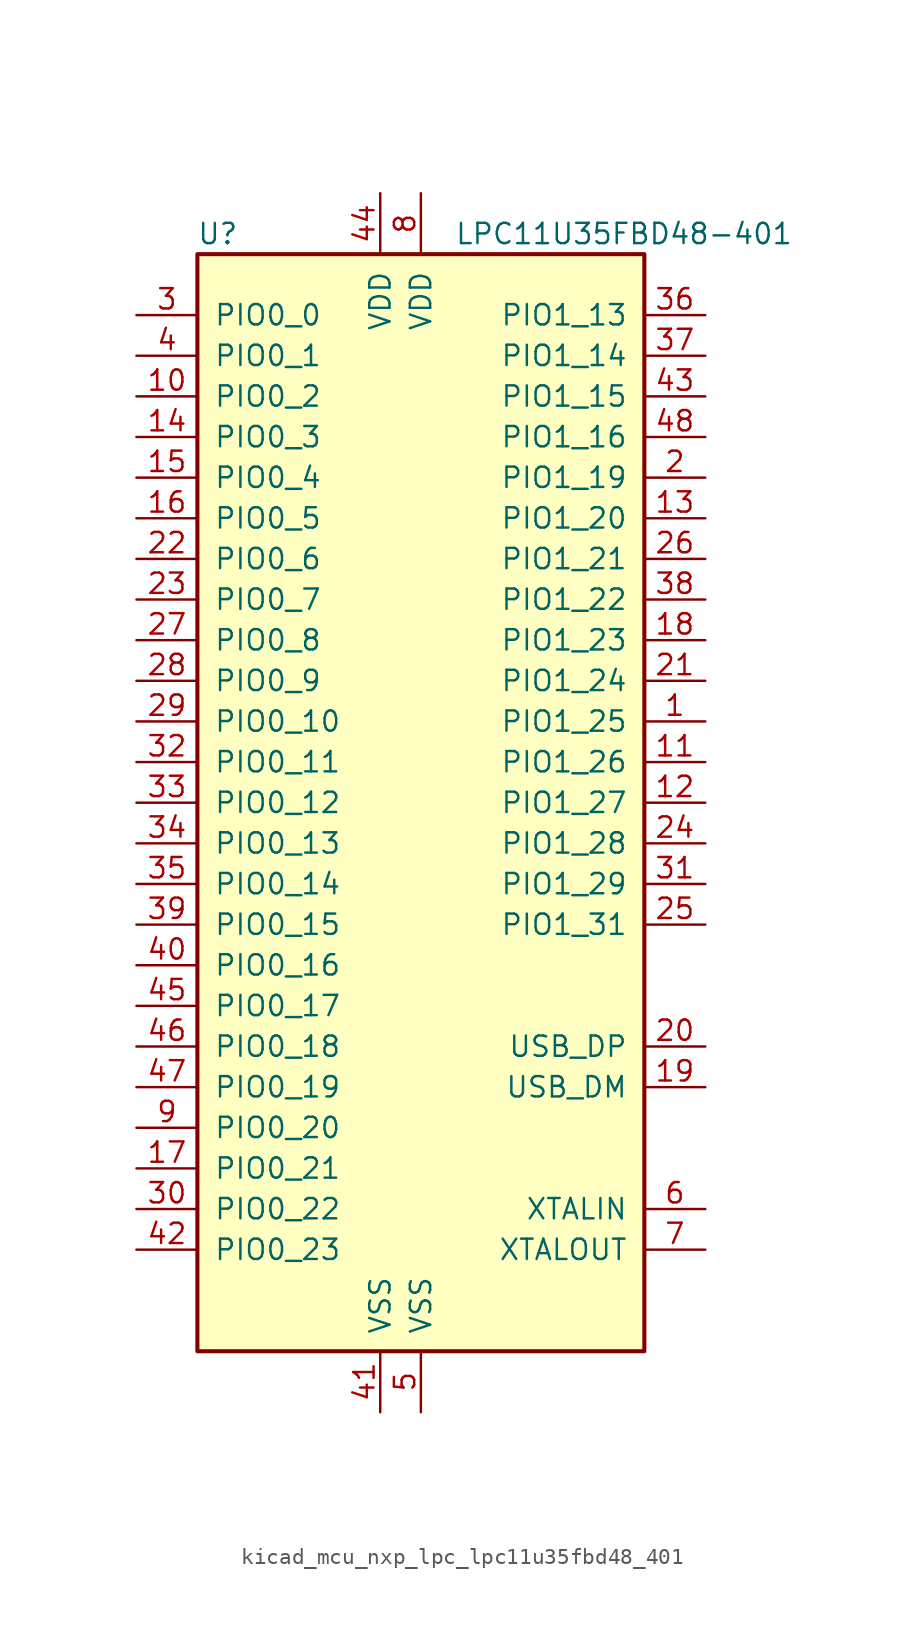
<source format=kicad_sym>
(kicad_symbol_lib
  (version 20220914)
  (generator kicad_symbol_editor)
  (symbol "kicad_mcu_nxp_lpc_lpc11u35fbd48_401"
    (pin_names
      (offset 1.016))
    (property "Reference" "U"
      (at -12.7 35.56 0)
      (effects (font (size 1.27 1.27))))
    (property "Value" "LPC11U35FBD48-401"
      (at 12.7 35.56 0)
      (effects (font (size 1.27 1.27))))
    (symbol "kicad_mcu_nxp_lpc_lpc11u35fbd48_401_0_1"
      (rectangle (start -13.97 34.29) (end 13.97 -34.29) (stroke (width 0.254) (type default)) (fill (type background))))
    (symbol "kicad_mcu_nxp_lpc_lpc11u35fbd48_401_1_1"
      (pin bidirectional line (at 17.78 5.08 180) (length 3.81) (name "PIO1_25" (effects (font (size 1.27 1.27)))) (number "1" (effects (font (size 1.27 1.27)))))
      (pin bidirectional line (at -17.78 25.4 0) (length 3.81) (name "PIO0_2" (effects (font (size 1.27 1.27)))) (number "10" (effects (font (size 1.27 1.27)))))
      (pin bidirectional line (at 17.78 2.54 180) (length 3.81) (name "PIO1_26" (effects (font (size 1.27 1.27)))) (number "11" (effects (font (size 1.27 1.27)))))
      (pin bidirectional line (at 17.78 0 180) (length 3.81) (name "PIO1_27" (effects (font (size 1.27 1.27)))) (number "12" (effects (font (size 1.27 1.27)))))
      (pin bidirectional line (at 17.78 17.78 180) (length 3.81) (name "PIO1_20" (effects (font (size 1.27 1.27)))) (number "13" (effects (font (size 1.27 1.27)))))
      (pin bidirectional line (at -17.78 22.86 0) (length 3.81) (name "PIO0_3" (effects (font (size 1.27 1.27)))) (number "14" (effects (font (size 1.27 1.27)))))
      (pin bidirectional line (at -17.78 20.32 0) (length 3.81) (name "PIO0_4" (effects (font (size 1.27 1.27)))) (number "15" (effects (font (size 1.27 1.27)))))
      (pin bidirectional line (at -17.78 17.78 0) (length 3.81) (name "PIO0_5" (effects (font (size 1.27 1.27)))) (number "16" (effects (font (size 1.27 1.27)))))
      (pin bidirectional line (at -17.78 -22.86 0) (length 3.81) (name "PIO0_21" (effects (font (size 1.27 1.27)))) (number "17" (effects (font (size 1.27 1.27)))))
      (pin bidirectional line (at 17.78 10.16 180) (length 3.81) (name "PIO1_23" (effects (font (size 1.27 1.27)))) (number "18" (effects (font (size 1.27 1.27)))))
      (pin bidirectional line (at 17.78 -17.78 180) (length 3.81) (name "USB_DM" (effects (font (size 1.27 1.27)))) (number "19" (effects (font (size 1.27 1.27)))))
      (pin bidirectional line (at 17.78 20.32 180) (length 3.81) (name "PIO1_19" (effects (font (size 1.27 1.27)))) (number "2" (effects (font (size 1.27 1.27)))))
      (pin bidirectional line (at 17.78 -15.24 180) (length 3.81) (name "USB_DP" (effects (font (size 1.27 1.27)))) (number "20" (effects (font (size 1.27 1.27)))))
      (pin bidirectional line (at 17.78 7.62 180) (length 3.81) (name "PIO1_24" (effects (font (size 1.27 1.27)))) (number "21" (effects (font (size 1.27 1.27)))))
      (pin bidirectional line (at -17.78 15.24 0) (length 3.81) (name "PIO0_6" (effects (font (size 1.27 1.27)))) (number "22" (effects (font (size 1.27 1.27)))))
      (pin bidirectional line (at -17.78 12.7 0) (length 3.81) (name "PIO0_7" (effects (font (size 1.27 1.27)))) (number "23" (effects (font (size 1.27 1.27)))))
      (pin bidirectional line (at 17.78 -2.54 180) (length 3.81) (name "PIO1_28" (effects (font (size 1.27 1.27)))) (number "24" (effects (font (size 1.27 1.27)))))
      (pin bidirectional line (at 17.78 -7.62 180) (length 3.81) (name "PIO1_31" (effects (font (size 1.27 1.27)))) (number "25" (effects (font (size 1.27 1.27)))))
      (pin bidirectional line (at 17.78 15.24 180) (length 3.81) (name "PIO1_21" (effects (font (size 1.27 1.27)))) (number "26" (effects (font (size 1.27 1.27)))))
      (pin bidirectional line (at -17.78 10.16 0) (length 3.81) (name "PIO0_8" (effects (font (size 1.27 1.27)))) (number "27" (effects (font (size 1.27 1.27)))))
      (pin bidirectional line (at -17.78 7.62 0) (length 3.81) (name "PIO0_9" (effects (font (size 1.27 1.27)))) (number "28" (effects (font (size 1.27 1.27)))))
      (pin bidirectional line (at -17.78 5.08 0) (length 3.81) (name "PIO0_10" (effects (font (size 1.27 1.27)))) (number "29" (effects (font (size 1.27 1.27)))))
      (pin bidirectional line (at -17.78 30.48 0) (length 3.81) (name "PIO0_0" (effects (font (size 1.27 1.27)))) (number "3" (effects (font (size 1.27 1.27)))))
      (pin bidirectional line (at -17.78 -25.4 0) (length 3.81) (name "PIO0_22" (effects (font (size 1.27 1.27)))) (number "30" (effects (font (size 1.27 1.27)))))
      (pin bidirectional line (at 17.78 -5.08 180) (length 3.81) (name "PIO1_29" (effects (font (size 1.27 1.27)))) (number "31" (effects (font (size 1.27 1.27)))))
      (pin bidirectional line (at -17.78 2.54 0) (length 3.81) (name "PIO0_11" (effects (font (size 1.27 1.27)))) (number "32" (effects (font (size 1.27 1.27)))))
      (pin bidirectional line (at -17.78 0 0) (length 3.81) (name "PIO0_12" (effects (font (size 1.27 1.27)))) (number "33" (effects (font (size 1.27 1.27)))))
      (pin bidirectional line (at -17.78 -2.54 0) (length 3.81) (name "PIO0_13" (effects (font (size 1.27 1.27)))) (number "34" (effects (font (size 1.27 1.27)))))
      (pin bidirectional line (at -17.78 -5.08 0) (length 3.81) (name "PIO0_14" (effects (font (size 1.27 1.27)))) (number "35" (effects (font (size 1.27 1.27)))))
      (pin bidirectional line (at 17.78 30.48 180) (length 3.81) (name "PIO1_13" (effects (font (size 1.27 1.27)))) (number "36" (effects (font (size 1.27 1.27)))))
      (pin bidirectional line (at 17.78 27.94 180) (length 3.81) (name "PIO1_14" (effects (font (size 1.27 1.27)))) (number "37" (effects (font (size 1.27 1.27)))))
      (pin bidirectional line (at 17.78 12.7 180) (length 3.81) (name "PIO1_22" (effects (font (size 1.27 1.27)))) (number "38" (effects (font (size 1.27 1.27)))))
      (pin bidirectional line (at -17.78 -7.62 0) (length 3.81) (name "PIO0_15" (effects (font (size 1.27 1.27)))) (number "39" (effects (font (size 1.27 1.27)))))
      (pin bidirectional line (at -17.78 27.94 0) (length 3.81) (name "PIO0_1" (effects (font (size 1.27 1.27)))) (number "4" (effects (font (size 1.27 1.27)))))
      (pin bidirectional line (at -17.78 -10.16 0) (length 3.81) (name "PIO0_16" (effects (font (size 1.27 1.27)))) (number "40" (effects (font (size 1.27 1.27)))))
      (pin power_in line (at -2.54 -38.1 90) (length 3.81) (name "VSS" (effects (font (size 1.27 1.27)))) (number "41" (effects (font (size 1.27 1.27)))))
      (pin bidirectional line (at -17.78 -27.94 0) (length 3.81) (name "PIO0_23" (effects (font (size 1.27 1.27)))) (number "42" (effects (font (size 1.27 1.27)))))
      (pin bidirectional line (at 17.78 25.4 180) (length 3.81) (name "PIO1_15" (effects (font (size 1.27 1.27)))) (number "43" (effects (font (size 1.27 1.27)))))
      (pin power_in line (at -2.54 38.1 270) (length 3.81) (name "VDD" (effects (font (size 1.27 1.27)))) (number "44" (effects (font (size 1.27 1.27)))))
      (pin bidirectional line (at -17.78 -12.7 0) (length 3.81) (name "PIO0_17" (effects (font (size 1.27 1.27)))) (number "45" (effects (font (size 1.27 1.27)))))
      (pin bidirectional line (at -17.78 -15.24 0) (length 3.81) (name "PIO0_18" (effects (font (size 1.27 1.27)))) (number "46" (effects (font (size 1.27 1.27)))))
      (pin bidirectional line (at -17.78 -17.78 0) (length 3.81) (name "PIO0_19" (effects (font (size 1.27 1.27)))) (number "47" (effects (font (size 1.27 1.27)))))
      (pin bidirectional line (at 17.78 22.86 180) (length 3.81) (name "PIO1_16" (effects (font (size 1.27 1.27)))) (number "48" (effects (font (size 1.27 1.27)))))
      (pin power_in line (at 0 -38.1 90) (length 3.81) (name "VSS" (effects (font (size 1.27 1.27)))) (number "5" (effects (font (size 1.27 1.27)))))
      (pin input line (at 17.78 -25.4 180) (length 3.81) (name "XTALIN" (effects (font (size 1.27 1.27)))) (number "6" (effects (font (size 1.27 1.27)))))
      (pin output line (at 17.78 -27.94 180) (length 3.81) (name "XTALOUT" (effects (font (size 1.27 1.27)))) (number "7" (effects (font (size 1.27 1.27)))))
      (pin power_in line (at 0 38.1 270) (length 3.81) (name "VDD" (effects (font (size 1.27 1.27)))) (number "8" (effects (font (size 1.27 1.27)))))
      (pin bidirectional line (at -17.78 -20.32 0) (length 3.81) (name "PIO0_20" (effects (font (size 1.27 1.27)))) (number "9" (effects (font (size 1.27 1.27))))))))
</source>
